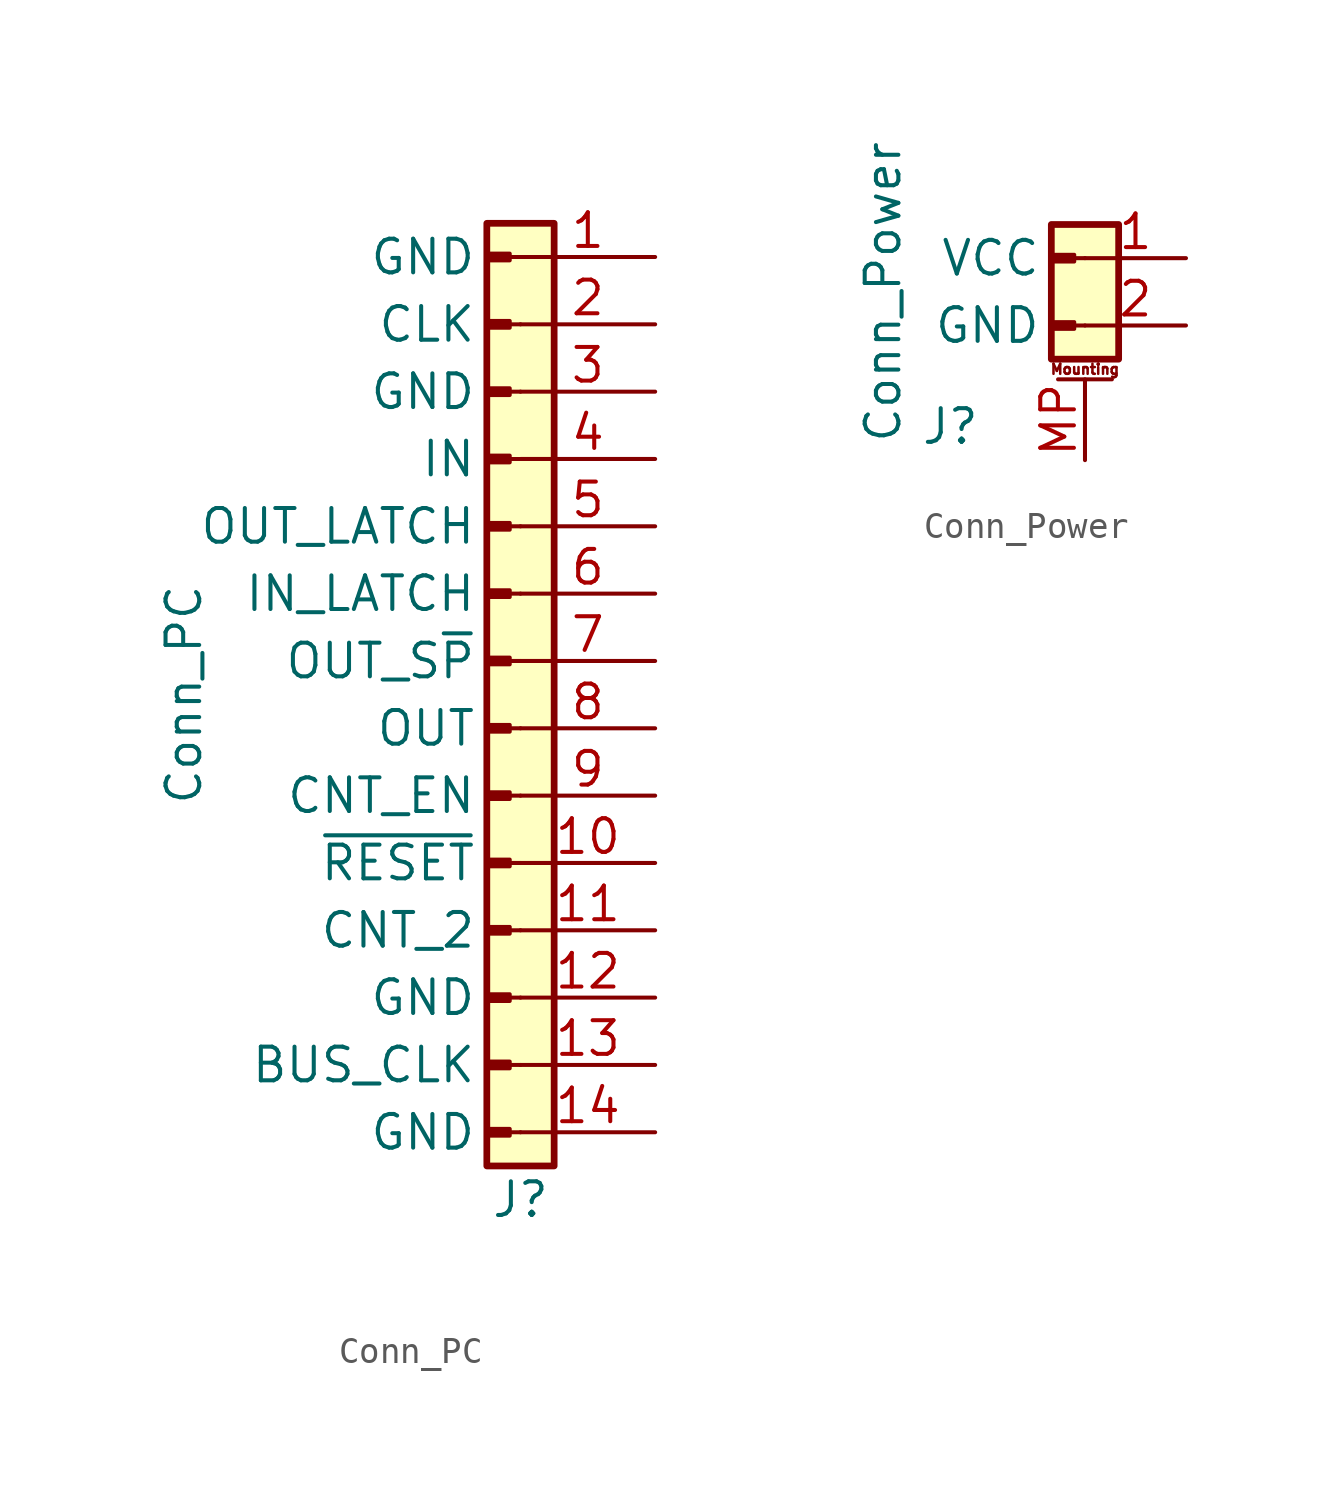
<source format=kicad_sym>
(kicad_symbol_lib
  (version 20211014)
  (generator kicad_symbol_editor)
  (symbol "Conn_PC"
    (pin_names
      (offset 1.651))
    (property "Reference" "J"
      (at -1.27 -19.05 0)
      (effects (font (size 1.27 1.27))))
    (property "Value" "Conn_PC"
      (at -13.97 0 90)
      (effects (font (size 1.27 1.27))))
    (symbol "Conn_PC_1_1"
      (rectangle (start -2.54 17.78) (end 0 -17.78) (stroke (width 0.254) (type default) (color 0 0 0 0)) (fill (type background)))
      (rectangle (start -1.676 -16.383) (end -2.54 -16.637) (stroke (width 0.152) (type default) (color 0 0 0 0)) (fill (type outline)))
      (rectangle (start -1.676 -13.843) (end -2.54 -14.097) (stroke (width 0.152) (type default) (color 0 0 0 0)) (fill (type outline)))
      (rectangle (start -1.676 -11.303) (end -2.54 -11.557) (stroke (width 0.152) (type default) (color 0 0 0 0)) (fill (type outline)))
      (rectangle (start -1.676 -8.763) (end -2.54 -9.017) (stroke (width 0.152) (type default) (color 0 0 0 0)) (fill (type outline)))
      (rectangle (start -1.676 -6.223) (end -2.54 -6.477) (stroke (width 0.152) (type default) (color 0 0 0 0)) (fill (type outline)))
      (rectangle (start -1.676 -3.683) (end -2.54 -3.937) (stroke (width 0.152) (type default) (color 0 0 0 0)) (fill (type outline)))
      (rectangle (start -1.676 -1.143) (end -2.54 -1.397) (stroke (width 0.152) (type default) (color 0 0 0 0)) (fill (type outline)))
      (rectangle (start -1.676 1.397) (end -2.54 1.143) (stroke (width 0.152) (type default) (color 0 0 0 0)) (fill (type outline)))
      (rectangle (start -1.676 3.937) (end -2.54 3.683) (stroke (width 0.152) (type default) (color 0 0 0 0)) (fill (type outline)))
      (rectangle (start -1.676 6.477) (end -2.54 6.223) (stroke (width 0.152) (type default) (color 0 0 0 0)) (fill (type outline)))
      (rectangle (start -1.676 9.017) (end -2.54 8.763) (stroke (width 0.152) (type default) (color 0 0 0 0)) (fill (type outline)))
      (rectangle (start -1.676 11.557) (end -2.54 11.303) (stroke (width 0.152) (type default) (color 0 0 0 0)) (fill (type outline)))
      (rectangle (start -1.676 14.097) (end -2.54 13.843) (stroke (width 0.152) (type default) (color 0 0 0 0)) (fill (type outline)))
      (rectangle (start -1.676 16.637) (end -2.54 16.383) (stroke (width 0.152) (type default) (color 0 0 0 0)) (fill (type outline)))
      (polyline (pts (xy -1.27 -16.51) (xy -1.676 -16.51)) (stroke (width 0.152) (type default) (color 0 0 0 0)) (fill (type none)))
      (polyline (pts (xy -1.27 -13.97) (xy -1.676 -13.97)) (stroke (width 0.152) (type default) (color 0 0 0 0)) (fill (type none)))
      (polyline (pts (xy -1.27 -11.43) (xy -1.676 -11.43)) (stroke (width 0.152) (type default) (color 0 0 0 0)) (fill (type none)))
      (polyline (pts (xy -1.27 -8.89) (xy -1.676 -8.89)) (stroke (width 0.152) (type default) (color 0 0 0 0)) (fill (type none)))
      (polyline (pts (xy -1.27 -6.35) (xy -1.676 -6.35)) (stroke (width 0.152) (type default) (color 0 0 0 0)) (fill (type none)))
      (polyline (pts (xy -1.27 -3.81) (xy -1.676 -3.81)) (stroke (width 0.152) (type default) (color 0 0 0 0)) (fill (type none)))
      (polyline (pts (xy -1.27 -1.27) (xy -1.676 -1.27)) (stroke (width 0.152) (type default) (color 0 0 0 0)) (fill (type none)))
      (polyline (pts (xy -1.27 1.27) (xy -1.676 1.27)) (stroke (width 0.152) (type default) (color 0 0 0 0)) (fill (type none)))
      (polyline (pts (xy -1.27 3.81) (xy -1.676 3.81)) (stroke (width 0.152) (type default) (color 0 0 0 0)) (fill (type none)))
      (polyline (pts (xy -1.27 6.35) (xy -1.676 6.35)) (stroke (width 0.152) (type default) (color 0 0 0 0)) (fill (type none)))
      (polyline (pts (xy -1.27 8.89) (xy -1.676 8.89)) (stroke (width 0.152) (type default) (color 0 0 0 0)) (fill (type none)))
      (polyline (pts (xy -1.27 11.43) (xy -1.676 11.43)) (stroke (width 0.152) (type default) (color 0 0 0 0)) (fill (type none)))
      (polyline (pts (xy -1.27 13.97) (xy -1.676 13.97)) (stroke (width 0.152) (type default) (color 0 0 0 0)) (fill (type none)))
      (polyline (pts (xy -1.27 16.51) (xy -1.676 16.51)) (stroke (width 0.152) (type default) (color 0 0 0 0)) (fill (type none)))
      (pin passive line (at 3.81 16.51 180) (length 5.08) (name "GND" (effects (font (size 1.27 1.27)))) (number "1" (effects (font (size 1.27 1.27)))))
      (pin passive line (at 3.81 -6.35 180) (length 5.08) (name "~{RESET}" (effects (font (size 1.27 1.27)))) (number "10" (effects (font (size 1.27 1.27)))))
      (pin passive line (at 3.81 -8.89 180) (length 5.08) (name "CNT_2" (effects (font (size 1.27 1.27)))) (number "11" (effects (font (size 1.27 1.27)))))
      (pin passive line (at 3.81 -11.43 180) (length 5.08) (name "GND" (effects (font (size 1.27 1.27)))) (number "12" (effects (font (size 1.27 1.27)))))
      (pin passive line (at 3.81 -13.97 180) (length 5.08) (name "BUS_CLK" (effects (font (size 1.27 1.27)))) (number "13" (effects (font (size 1.27 1.27)))))
      (pin passive line (at 3.81 -16.51 180) (length 5.08) (name "GND" (effects (font (size 1.27 1.27)))) (number "14" (effects (font (size 1.27 1.27)))))
      (pin passive line (at 3.81 13.97 180) (length 5.08) (name "CLK" (effects (font (size 1.27 1.27)))) (number "2" (effects (font (size 1.27 1.27)))))
      (pin passive line (at 3.81 11.43 180) (length 5.08) (name "GND" (effects (font (size 1.27 1.27)))) (number "3" (effects (font (size 1.27 1.27)))))
      (pin passive line (at 3.81 8.89 180) (length 5.08) (name "IN" (effects (font (size 1.27 1.27)))) (number "4" (effects (font (size 1.27 1.27)))))
      (pin passive line (at 3.81 6.35 180) (length 5.08) (name "OUT_LATCH" (effects (font (size 1.27 1.27)))) (number "5" (effects (font (size 1.27 1.27)))))
      (pin passive line (at 3.81 3.81 180) (length 5.08) (name "IN_LATCH" (effects (font (size 1.27 1.27)))) (number "6" (effects (font (size 1.27 1.27)))))
      (pin passive line (at 3.81 1.27 180) (length 5.08) (name "OUT_S~{P}" (effects (font (size 1.27 1.27)))) (number "7" (effects (font (size 1.27 1.27)))))
      (pin passive line (at 3.81 -1.27 180) (length 5.08) (name "OUT" (effects (font (size 1.27 1.27)))) (number "8" (effects (font (size 1.27 1.27)))))
      (pin passive line (at 3.81 -3.81 180) (length 5.08) (name "CNT_EN" (effects (font (size 1.27 1.27)))) (number "9" (effects (font (size 1.27 1.27)))))))
  (symbol "Conn_Power"
    (pin_names
      (offset 1.651))
    (property "Reference" "J"
      (at -5.08 -5.08 0)
      (effects (font (size 1.27 1.27))))
    (property "Value" "Conn_Power"
      (at -7.62 0 90)
      (effects (font (size 1.27 1.27))))
    (symbol "Conn_Power_1_1"
      (rectangle (start -1.27 2.54) (end 1.27 -2.54) (stroke (width 0.254) (type default) (color 0 0 0 0)) (fill (type background)))
      (rectangle (start -0.406 -1.143) (end -1.27 -1.397) (stroke (width 0.152) (type default) (color 0 0 0 0)) (fill (type outline)))
      (rectangle (start -0.406 1.397) (end -1.27 1.143) (stroke (width 0.152) (type default) (color 0 0 0 0)) (fill (type outline)))
      (polyline (pts (xy -1.016 -3.302) (xy 1.016 -3.302)) (stroke (width 0.152) (type default) (color 0 0 0 0)) (fill (type none)))
      (polyline (pts (xy 0 -1.27) (xy -0.406 -1.27)) (stroke (width 0.152) (type default) (color 0 0 0 0)) (fill (type none)))
      (polyline (pts (xy 0 1.27) (xy -0.406 1.27)) (stroke (width 0.152) (type default) (color 0 0 0 0)) (fill (type none)))
      (text "Mounting" (at 0 -2.921 0) (effects (font (size 0.381 0.381))))
      (pin passive line (at 3.81 1.27 180) (length 3.81) (name "VCC" (effects (font (size 1.27 1.27)))) (number "1" (effects (font (size 1.27 1.27)))))
      (pin passive line (at 3.81 -1.27 180) (length 3.81) (name "GND" (effects (font (size 1.27 1.27)))) (number "2" (effects (font (size 1.27 1.27)))))
      (pin passive line (at 0 -6.35 90) (length 3.048) (name "~" (effects (font (size 1.27 1.27)))) (number "MP" (effects (font (size 1.27 1.27))))))))
</source>
